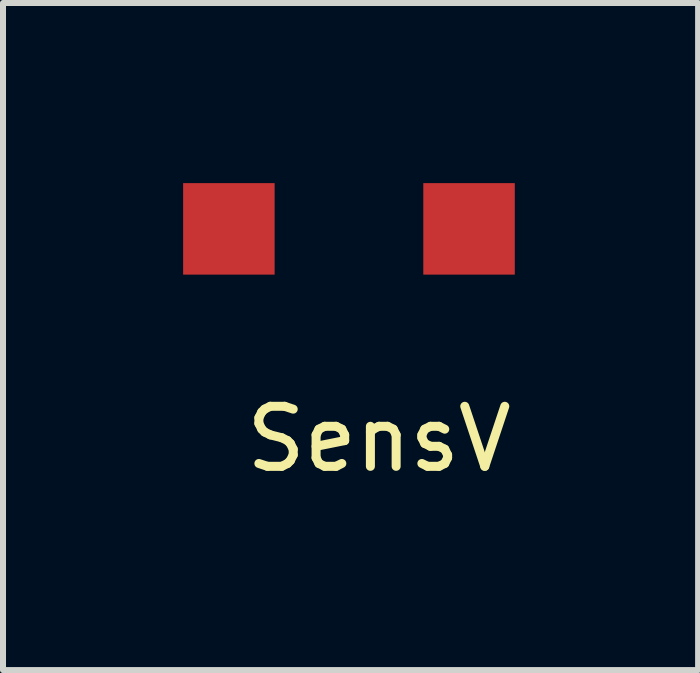
<source format=kicad_pcb>
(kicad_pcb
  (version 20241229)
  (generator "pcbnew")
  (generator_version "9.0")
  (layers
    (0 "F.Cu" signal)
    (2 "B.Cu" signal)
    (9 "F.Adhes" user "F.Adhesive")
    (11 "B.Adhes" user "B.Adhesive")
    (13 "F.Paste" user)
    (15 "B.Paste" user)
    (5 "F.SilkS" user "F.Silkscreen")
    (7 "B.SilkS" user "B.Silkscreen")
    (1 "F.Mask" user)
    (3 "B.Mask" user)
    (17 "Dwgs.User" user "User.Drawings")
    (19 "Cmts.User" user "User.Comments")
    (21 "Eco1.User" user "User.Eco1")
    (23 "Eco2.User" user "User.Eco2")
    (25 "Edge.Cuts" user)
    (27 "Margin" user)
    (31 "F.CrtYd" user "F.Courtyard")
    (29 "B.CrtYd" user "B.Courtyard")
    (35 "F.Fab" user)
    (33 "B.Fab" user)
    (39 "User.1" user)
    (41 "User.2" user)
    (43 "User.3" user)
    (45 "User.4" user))
  (footprint "SensV"
    (layer "F.Cu")
    (at 2.762 2.762)
    (property "Reference" "SensV" (at 0.5 1.5 0) (layer "F.SilkS") (effects (font (size 1 1) (thickness 0.15))))
    (attr through_hole)
    (pad "1" smd rect (at -2 -2) (size 1.524 1.524) (layers "F.Cu" "F.Mask" "F.Paste"))
    (pad "2" smd rect (at 2 -2) (size 1.524 1.524) (layers "F.Cu" "F.Mask" "F.Paste")))
  (gr_rect
    (start -3 -3)
    (end 8.577 8.11)
    (stroke (width 0.1) (type default))
    (fill no)
    (layer "Edge.Cuts")))
</source>
